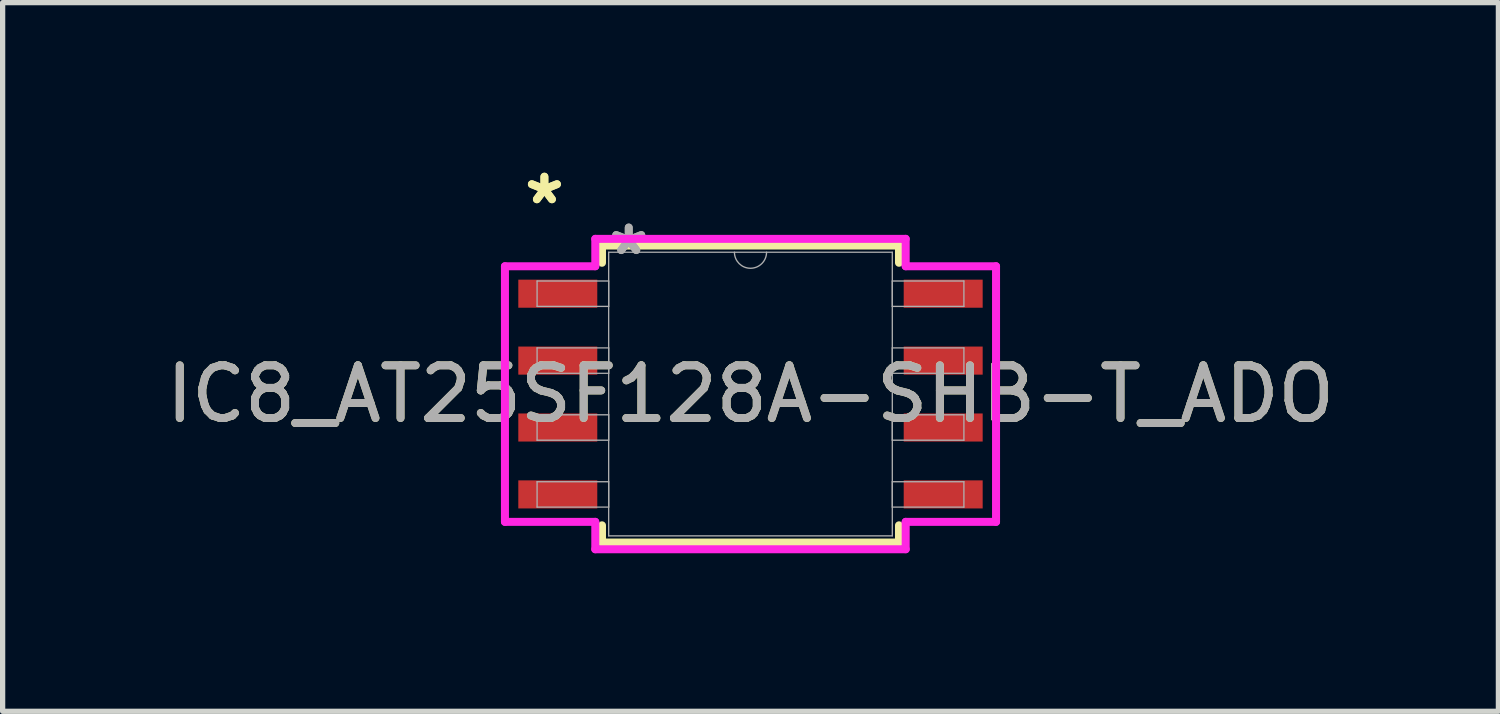
<source format=kicad_pcb>
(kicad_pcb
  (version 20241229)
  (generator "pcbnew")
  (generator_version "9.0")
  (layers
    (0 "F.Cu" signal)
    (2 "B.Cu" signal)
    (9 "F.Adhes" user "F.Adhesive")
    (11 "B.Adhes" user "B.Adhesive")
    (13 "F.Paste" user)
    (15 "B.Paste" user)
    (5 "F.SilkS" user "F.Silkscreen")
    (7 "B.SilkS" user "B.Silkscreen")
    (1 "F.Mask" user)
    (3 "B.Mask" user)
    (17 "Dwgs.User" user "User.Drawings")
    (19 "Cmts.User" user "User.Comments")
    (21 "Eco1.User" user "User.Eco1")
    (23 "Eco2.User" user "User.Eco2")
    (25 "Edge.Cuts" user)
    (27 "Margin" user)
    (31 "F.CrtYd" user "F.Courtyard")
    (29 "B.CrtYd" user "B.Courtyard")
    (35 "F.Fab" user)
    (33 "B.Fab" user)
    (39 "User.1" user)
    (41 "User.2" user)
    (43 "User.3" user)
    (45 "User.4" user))
  (footprint "IC8_AT25SF128A-SHB-T_ADO"
    (layer "F.Cu")
    (at 11.196 4.43)
    (property "Reference" "IC8_AT25SF128A-SHB-T_ADO" (at 0 0 0) (unlocked yes) (layer "F.SilkS") (effects (font (size 1 1) (thickness 0.15))))
    (attr smd)
    (fp_line (start -2.819 -2.819) (end -2.819 -2.492) (stroke (width 0.152) (type solid)) (layer "F.SilkS"))
    (fp_line (start -2.819 2.492) (end -2.819 2.819) (stroke (width 0.152) (type solid)) (layer "F.SilkS"))
    (fp_line (start -2.819 2.819) (end 2.819 2.819) (stroke (width 0.152) (type solid)) (layer "F.SilkS"))
    (fp_line (start 2.819 -2.819) (end -2.819 -2.819) (stroke (width 0.152) (type solid)) (layer "F.SilkS"))
    (fp_line (start 2.819 -2.492) (end 2.819 -2.819) (stroke (width 0.152) (type solid)) (layer "F.SilkS"))
    (fp_line (start 2.819 2.819) (end 2.819 2.492) (stroke (width 0.152) (type solid)) (layer "F.SilkS"))
    (fp_line (start -4.661 -2.426) (end -2.946 -2.426) (stroke (width 0.152) (type solid)) (layer "F.CrtYd"))
    (fp_line (start -4.661 2.426) (end -4.661 -2.426) (stroke (width 0.152) (type solid)) (layer "F.CrtYd"))
    (fp_line (start -4.661 2.426) (end -2.946 2.426) (stroke (width 0.152) (type solid)) (layer "F.CrtYd"))
    (fp_line (start -2.946 -2.946) (end 2.946 -2.946) (stroke (width 0.152) (type solid)) (layer "F.CrtYd"))
    (fp_line (start -2.946 -2.426) (end -2.946 -2.946) (stroke (width 0.152) (type solid)) (layer "F.CrtYd"))
    (fp_line (start -2.946 2.946) (end -2.946 2.426) (stroke (width 0.152) (type solid)) (layer "F.CrtYd"))
    (fp_line (start 2.946 -2.946) (end 2.946 -2.426) (stroke (width 0.152) (type solid)) (layer "F.CrtYd"))
    (fp_line (start 2.946 2.426) (end 2.946 2.946) (stroke (width 0.152) (type solid)) (layer "F.CrtYd"))
    (fp_line (start 2.946 2.946) (end -2.946 2.946) (stroke (width 0.152) (type solid)) (layer "F.CrtYd"))
    (fp_line (start 4.661 -2.426) (end 2.946 -2.426) (stroke (width 0.152) (type solid)) (layer "F.CrtYd"))
    (fp_line (start 4.661 -2.426) (end 4.661 2.426) (stroke (width 0.152) (type solid)) (layer "F.CrtYd"))
    (fp_line (start 4.661 2.426) (end 2.946 2.426) (stroke (width 0.152) (type solid)) (layer "F.CrtYd"))
    (fp_line (start -4.051 -2.146) (end -4.051 -1.664) (stroke (width 0.025) (type solid)) (layer "F.Fab"))
    (fp_line (start -4.051 -1.664) (end -2.692 -1.664) (stroke (width 0.025) (type solid)) (layer "F.Fab"))
    (fp_line (start -4.051 -0.876) (end -4.051 -0.394) (stroke (width 0.025) (type solid)) (layer "F.Fab"))
    (fp_line (start -4.051 -0.394) (end -2.692 -0.394) (stroke (width 0.025) (type solid)) (layer "F.Fab"))
    (fp_line (start -4.051 0.394) (end -4.051 0.876) (stroke (width 0.025) (type solid)) (layer "F.Fab"))
    (fp_line (start -4.051 0.876) (end -2.692 0.876) (stroke (width 0.025) (type solid)) (layer "F.Fab"))
    (fp_line (start -4.051 1.664) (end -4.051 2.146) (stroke (width 0.025) (type solid)) (layer "F.Fab"))
    (fp_line (start -4.051 2.146) (end -2.692 2.146) (stroke (width 0.025) (type solid)) (layer "F.Fab"))
    (fp_line (start -2.692 -2.692) (end -2.692 2.692) (stroke (width 0.025) (type solid)) (layer "F.Fab"))
    (fp_line (start -2.692 -2.146) (end -4.051 -2.146) (stroke (width 0.025) (type solid)) (layer "F.Fab"))
    (fp_line (start -2.692 -1.664) (end -2.692 -2.146) (stroke (width 0.025) (type solid)) (layer "F.Fab"))
    (fp_line (start -2.692 -0.876) (end -4.051 -0.876) (stroke (width 0.025) (type solid)) (layer "F.Fab"))
    (fp_line (start -2.692 -0.394) (end -2.692 -0.876) (stroke (width 0.025) (type solid)) (layer "F.Fab"))
    (fp_line (start -2.692 0.394) (end -4.051 0.394) (stroke (width 0.025) (type solid)) (layer "F.Fab"))
    (fp_line (start -2.692 0.876) (end -2.692 0.394) (stroke (width 0.025) (type solid)) (layer "F.Fab"))
    (fp_line (start -2.692 1.664) (end -4.051 1.664) (stroke (width 0.025) (type solid)) (layer "F.Fab"))
    (fp_line (start -2.692 2.146) (end -2.692 1.664) (stroke (width 0.025) (type solid)) (layer "F.Fab"))
    (fp_line (start -2.692 2.692) (end 2.692 2.692) (stroke (width 0.025) (type solid)) (layer "F.Fab"))
    (fp_line (start 2.692 -2.692) (end -2.692 -2.692) (stroke (width 0.025) (type solid)) (layer "F.Fab"))
    (fp_line (start 2.692 -2.146) (end 2.692 -1.664) (stroke (width 0.025) (type solid)) (layer "F.Fab"))
    (fp_line (start 2.692 -1.664) (end 4.051 -1.664) (stroke (width 0.025) (type solid)) (layer "F.Fab"))
    (fp_line (start 2.692 -0.876) (end 2.692 -0.394) (stroke (width 0.025) (type solid)) (layer "F.Fab"))
    (fp_line (start 2.692 -0.394) (end 4.051 -0.394) (stroke (width 0.025) (type solid)) (layer "F.Fab"))
    (fp_line (start 2.692 0.394) (end 2.692 0.876) (stroke (width 0.025) (type solid)) (layer "F.Fab"))
    (fp_line (start 2.692 0.876) (end 4.051 0.876) (stroke (width 0.025) (type solid)) (layer "F.Fab"))
    (fp_line (start 2.692 1.664) (end 2.692 2.146) (stroke (width 0.025) (type solid)) (layer "F.Fab"))
    (fp_line (start 2.692 2.146) (end 4.051 2.146) (stroke (width 0.025) (type solid)) (layer "F.Fab"))
    (fp_line (start 2.692 2.692) (end 2.692 -2.692) (stroke (width 0.025) (type solid)) (layer "F.Fab"))
    (fp_line (start 4.051 -2.146) (end 2.692 -2.146) (stroke (width 0.025) (type solid)) (layer "F.Fab"))
    (fp_line (start 4.051 -1.664) (end 4.051 -2.146) (stroke (width 0.025) (type solid)) (layer "F.Fab"))
    (fp_line (start 4.051 -0.876) (end 2.692 -0.876) (stroke (width 0.025) (type solid)) (layer "F.Fab"))
    (fp_line (start 4.051 -0.394) (end 4.051 -0.876) (stroke (width 0.025) (type solid)) (layer "F.Fab"))
    (fp_line (start 4.051 0.394) (end 2.692 0.394) (stroke (width 0.025) (type solid)) (layer "F.Fab"))
    (fp_line (start 4.051 0.876) (end 4.051 0.394) (stroke (width 0.025) (type solid)) (layer "F.Fab"))
    (fp_line (start 4.051 1.664) (end 2.692 1.664) (stroke (width 0.025) (type solid)) (layer "F.Fab"))
    (fp_line (start 4.051 2.146) (end 4.051 1.664) (stroke (width 0.025) (type solid)) (layer "F.Fab"))
    (fp_arc (start 0.3048 -2.6924) (mid 0 -2.3876) (end -0.3048 -2.6924) (stroke (width 0.0254) (type solid)) (layer "F.Fab"))
    (fp_text user "*" (at -3.912 -3.581 0) (layer "F.SilkS") (effects (font (size 1 1) (thickness 0.15))))
    (fp_text user "*" (at -3.912 -3.581 0) (unlocked yes) (layer "F.SilkS") (effects (font (size 1 1) (thickness 0.15))))
    (fp_text user "*" (at -2.311 -2.616 0) (unlocked yes) (layer "F.Fab") (effects (font (size 1 1) (thickness 0.15))))
    (fp_text user "*" (at -2.311 -2.616 0) (layer "F.Fab") (effects (font (size 1 1) (thickness 0.15))))
    (fp_text user "${REFERENCE}" (at 0 0 0) (unlocked yes) (layer "F.Fab") (effects (font (size 1 1) (thickness 0.15))))
    (pad "1" smd rect (at -3.658 -1.905) (size 1.499 0.533) (layers "F.Cu" "F.Mask" "F.Paste"))
    (pad "2" smd rect (at -3.658 -0.635) (size 1.499 0.533) (layers "F.Cu" "F.Mask" "F.Paste"))
    (pad "3" smd rect (at -3.658 0.635) (size 1.499 0.533) (layers "F.Cu" "F.Mask" "F.Paste"))
    (pad "4" smd rect (at -3.658 1.905) (size 1.499 0.533) (layers "F.Cu" "F.Mask" "F.Paste"))
    (pad "5" smd rect (at 3.658 1.905) (size 1.499 0.533) (layers "F.Cu" "F.Mask" "F.Paste"))
    (pad "6" smd rect (at 3.658 0.635) (size 1.499 0.533) (layers "F.Cu" "F.Mask" "F.Paste"))
    (pad "7" smd rect (at 3.658 -0.635) (size 1.499 0.533) (layers "F.Cu" "F.Mask" "F.Paste"))
    (pad "8" smd rect (at 3.658 -1.905) (size 1.499 0.533) (layers "F.Cu" "F.Mask" "F.Paste")))
  (gr_rect
    (start -3 -3)
    (end 25.393 10.452)
    (stroke (width 0.1) (type default))
    (fill no)
    (layer "Edge.Cuts")))
</source>
